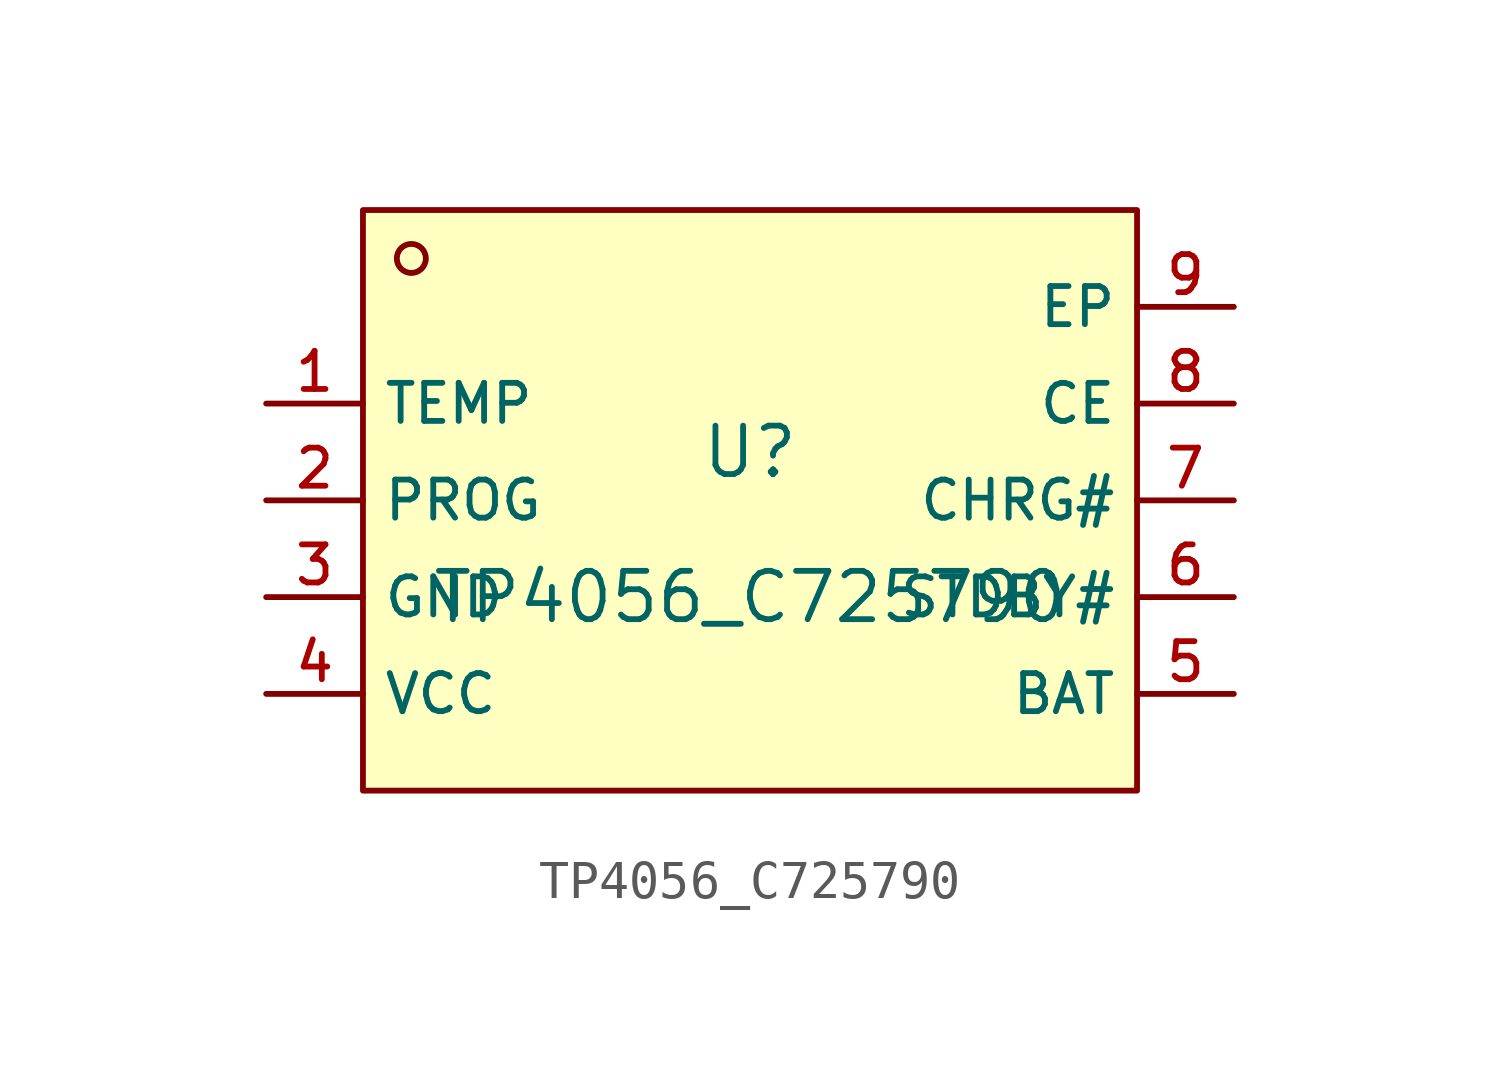
<source format=kicad_sym>
(kicad_symbol_lib
  (version 20210201)
  (generator TousstNicolas/JLC2KiCad_lib)
  (symbol "TP4056_C725790"
    (property "Reference" "U"
      (at 0 1.27 0)
      (effects (font (size 1.27 1.27))))
    (property "Value" "TP4056_C725790"
      (at 0 -2.54 0)
      (effects (font (size 1.27 1.27))))
    (symbol "TP4056_C725790_0_1"
      (rectangle (start -10.16 7.62) (end 10.16 -7.62) (stroke (width 0) (type default) (color 0 0 0 0)) (fill (type background)))
      (circle (center -8.89 6.35) (radius 0.381) (stroke (width 0) (type default) (color 0 0 0 0)) (fill (type background)))
      (pin unspecified line (at -12.7 2.54 0) (length 2.54) (name "TEMP" (effects (font (size 1 1)))) (number "1" (effects (font (size 1 1)))))
      (pin unspecified line (at -12.7 -0.0 0) (length 2.54) (name "PROG" (effects (font (size 1 1)))) (number "2" (effects (font (size 1 1)))))
      (pin unspecified line (at -12.7 -2.54 0) (length 2.54) (name "GND" (effects (font (size 1 1)))) (number "3" (effects (font (size 1 1)))))
      (pin unspecified line (at -12.7 -5.08 0) (length 2.54) (name "VCC" (effects (font (size 1 1)))) (number "4" (effects (font (size 1 1)))))
      (pin unspecified line (at 12.7 -5.08 180) (length 2.54) (name "BAT" (effects (font (size 1 1)))) (number "5" (effects (font (size 1 1)))))
      (pin unspecified line (at 12.7 -2.54 180) (length 2.54) (name "STDBY#" (effects (font (size 1 1)))) (number "6" (effects (font (size 1 1)))))
      (pin unspecified line (at 12.7 -0.0 180) (length 2.54) (name "CHRG#" (effects (font (size 1 1)))) (number "7" (effects (font (size 1 1)))))
      (pin unspecified line (at 12.7 2.54 180) (length 2.54) (name "CE" (effects (font (size 1 1)))) (number "8" (effects (font (size 1 1)))))
      (pin unspecified line (at 12.7 5.08 180) (length 2.54) (name "EP" (effects (font (size 1 1)))) (number "9" (effects (font (size 1 1))))))))
</source>
